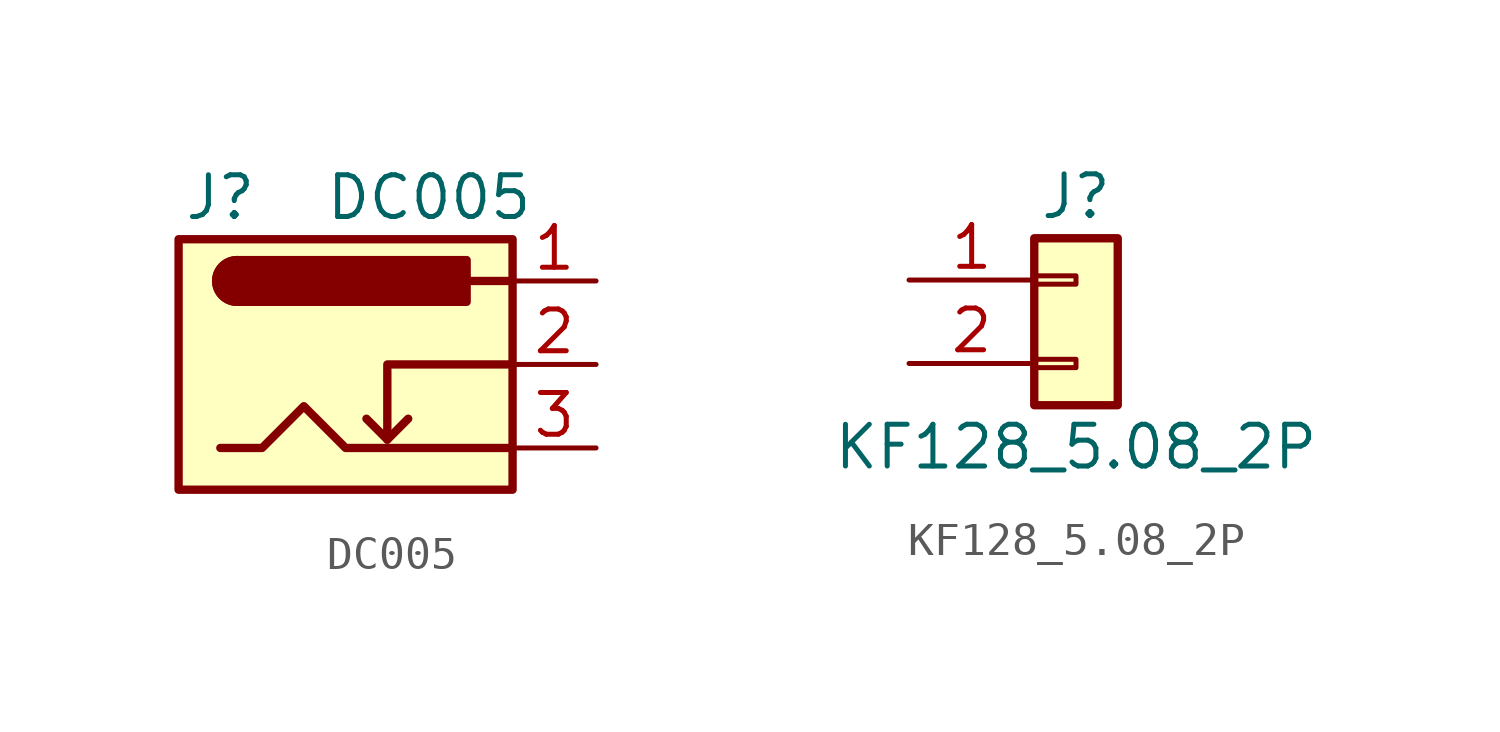
<source format=kicad_sym>
(kicad_symbol_lib
  (version 20220914)
  (generator kicad_symbol_editor)
  (symbol "DC005"
    (pin_names hide)
    (property "Reference" "J"
      (at -3.81 5.08 0)
      (effects (font (size 1.27 1.27))))
    (property "Value" "DC005"
      (at 2.54 5.08 0)
      (effects (font (size 1.27 1.27))))
    (symbol "DC005_0_1"
      (rectangle (start -5.08 3.81) (end 5.08 -3.81) (stroke (width 0.254) (type default)) (fill (type background)))
      (arc (start -3.302 3.175) (mid -3.9343 2.54) (end -3.302 1.905) (stroke (width 0.254) (type default)) (fill (type none)))
      (arc (start -3.302 3.175) (mid -3.9343 2.54) (end -3.302 1.905) (stroke (width 0.254) (type default)) (fill (type outline)))
      (polyline (pts (xy 1.27 -2.286) (xy 1.905 -1.651)) (stroke (width 0.254) (type default)) (fill (type none)))
      (polyline (pts (xy 5.08 2.54) (xy 3.81 2.54)) (stroke (width 0.254) (type default)) (fill (type none)))
      (polyline (pts (xy 5.08 0) (xy 1.27 0) (xy 1.27 -2.286) (xy 0.635 -1.651)) (stroke (width 0.254) (type default)) (fill (type none)))
      (polyline (pts (xy -3.81 -2.54) (xy -2.54 -2.54) (xy -1.27 -1.27) (xy 0 -2.54) (xy 2.54 -2.54) (xy 5.08 -2.54)) (stroke (width 0.254) (type default)) (fill (type none)))
      (rectangle (start 3.683 3.175) (end -3.302 1.905) (stroke (width 0.254) (type default)) (fill (type outline))))
    (symbol "DC005_1_1"
      (pin passive line (at 7.62 2.54 180) (length 2.54) (name "~" (effects (font (size 1.27 1.27)))) (number "1" (effects (font (size 1.27 1.27)))))
      (pin passive line (at 7.62 0 180) (length 2.54) (name "~" (effects (font (size 1.27 1.27)))) (number "2" (effects (font (size 1.27 1.27)))))
      (pin passive line (at 7.62 -2.54 180) (length 2.54) (name "~" (effects (font (size 1.27 1.27)))) (number "3" (effects (font (size 1.27 1.27)))))))
  (symbol "KF128_5.08_2P"
    (pin_names
      (offset 1.016) hide)
    (property "Reference" "J"
      (at 0 2.54 0)
      (effects (font (size 1.27 1.27))))
    (property "Value" "KF128_5.08_2P"
      (at 0 -5.08 0)
      (effects (font (size 1.27 1.27))))
    (symbol "KF128_5.08_2P_1_1"
      (rectangle (start -1.27 -2.413) (end 0 -2.667) (stroke (width 0.152) (type default)) (fill (type none)))
      (rectangle (start -1.27 0.127) (end 0 -0.127) (stroke (width 0.152) (type default)) (fill (type none)))
      (rectangle (start -1.27 1.27) (end 1.27 -3.81) (stroke (width 0.254) (type default)) (fill (type background)))
      (pin passive line (at -5.08 0 0) (length 3.81) (name "Pin_1" (effects (font (size 1.27 1.27)))) (number "1" (effects (font (size 1.27 1.27)))))
      (pin passive line (at -5.08 -2.54 0) (length 3.81) (name "Pin_2" (effects (font (size 1.27 1.27)))) (number "2" (effects (font (size 1.27 1.27))))))))
</source>
